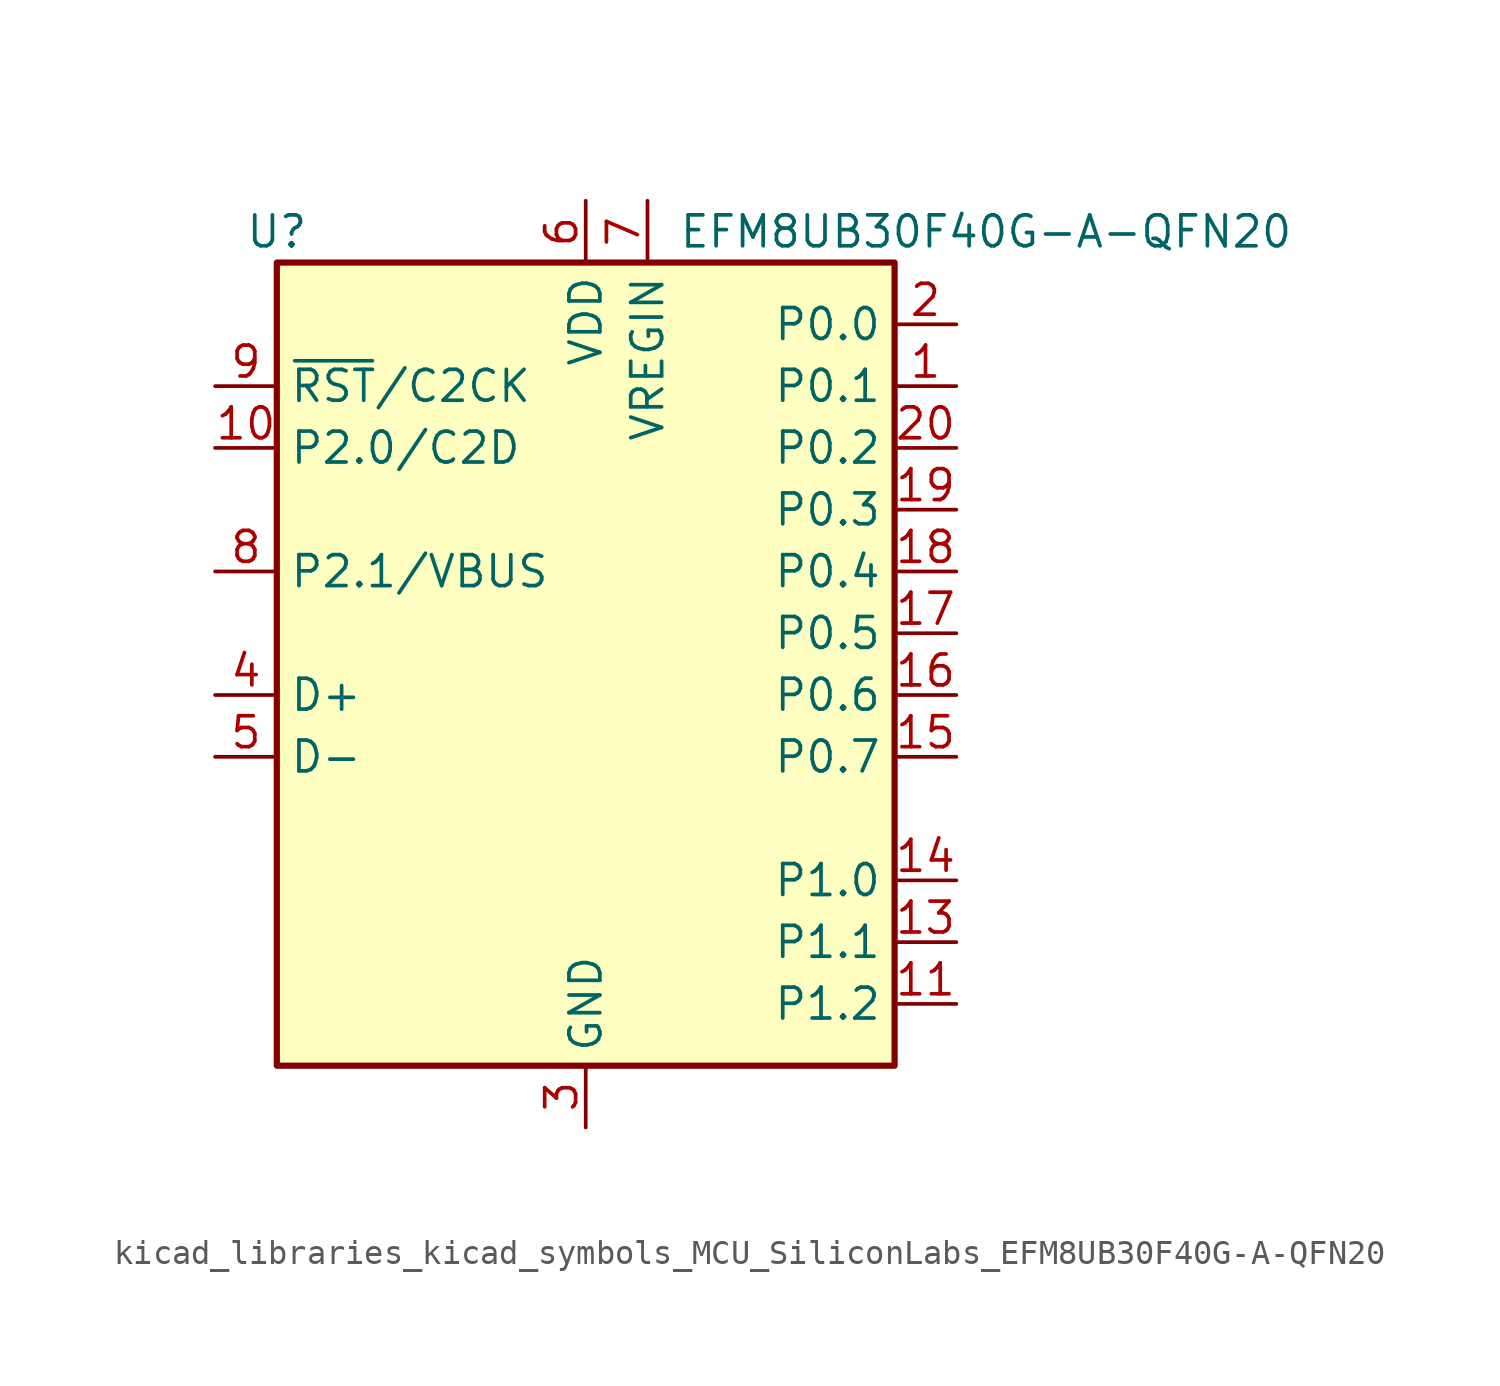
<source format=kicad_sym>
(kicad_symbol_lib
  (version 20220914)
  (generator kicad_symbol_editor)
  (symbol "kicad_libraries_kicad_symbols_MCU_SiliconLabs_EFM8UB30F40G-A-QFN20"
    (property "Reference" "U"
      (at -12.7 19.05 0)
      (effects (font (size 1.27 1.27))))
    (property "Value" "EFM8UB30F40G-A-QFN20"
      (at 3.81 19.05 0)
      (effects (font (size 1.27 1.27)) (justify left)))
    (symbol "kicad_libraries_kicad_symbols_MCU_SiliconLabs_EFM8UB30F40G-A-QFN20_0_1"
      (rectangle (start -12.7 17.78) (end 12.7 -15.24) (stroke (width 0.254) (type default)) (fill (type background))))
    (symbol "kicad_libraries_kicad_symbols_MCU_SiliconLabs_EFM8UB30F40G-A-QFN20_1_1"
      (pin bidirectional line (at 15.24 12.7 180) (length 2.54) (name "P0.1" (effects (font (size 1.27 1.27)))) (number "1" (effects (font (size 1.27 1.27)))))
      (pin bidirectional line (at -15.24 10.16 0) (length 2.54) (name "P2.0/C2D" (effects (font (size 1.27 1.27)))) (number "10" (effects (font (size 1.27 1.27)))))
      (pin bidirectional line (at 15.24 -12.7 180) (length 2.54) (name "P1.2" (effects (font (size 1.27 1.27)))) (number "11" (effects (font (size 1.27 1.27)))))
      (pin passive line (at 0 -17.78 90) (length 2.54) hide (name "GND" (effects (font (size 1.27 1.27)))) (number "12" (effects (font (size 1.27 1.27)))))
      (pin bidirectional line (at 15.24 -10.16 180) (length 2.54) (name "P1.1" (effects (font (size 1.27 1.27)))) (number "13" (effects (font (size 1.27 1.27)))))
      (pin bidirectional line (at 15.24 -7.62 180) (length 2.54) (name "P1.0" (effects (font (size 1.27 1.27)))) (number "14" (effects (font (size 1.27 1.27)))))
      (pin bidirectional line (at 15.24 -2.54 180) (length 2.54) (name "P0.7" (effects (font (size 1.27 1.27)))) (number "15" (effects (font (size 1.27 1.27)))))
      (pin bidirectional line (at 15.24 0 180) (length 2.54) (name "P0.6" (effects (font (size 1.27 1.27)))) (number "16" (effects (font (size 1.27 1.27)))))
      (pin bidirectional line (at 15.24 2.54 180) (length 2.54) (name "P0.5" (effects (font (size 1.27 1.27)))) (number "17" (effects (font (size 1.27 1.27)))))
      (pin bidirectional line (at 15.24 5.08 180) (length 2.54) (name "P0.4" (effects (font (size 1.27 1.27)))) (number "18" (effects (font (size 1.27 1.27)))))
      (pin bidirectional line (at 15.24 7.62 180) (length 2.54) (name "P0.3" (effects (font (size 1.27 1.27)))) (number "19" (effects (font (size 1.27 1.27)))))
      (pin bidirectional line (at 15.24 15.24 180) (length 2.54) (name "P0.0" (effects (font (size 1.27 1.27)))) (number "2" (effects (font (size 1.27 1.27)))))
      (pin bidirectional line (at 15.24 10.16 180) (length 2.54) (name "P0.2" (effects (font (size 1.27 1.27)))) (number "20" (effects (font (size 1.27 1.27)))))
      (pin passive line (at 0 -17.78 90) (length 2.54) hide (name "GND" (effects (font (size 1.27 1.27)))) (number "21" (effects (font (size 1.27 1.27)))))
      (pin power_in line (at 0 -17.78 90) (length 2.54) (name "GND" (effects (font (size 1.27 1.27)))) (number "3" (effects (font (size 1.27 1.27)))))
      (pin bidirectional line (at -15.24 0 0) (length 2.54) (name "D+" (effects (font (size 1.27 1.27)))) (number "4" (effects (font (size 1.27 1.27)))))
      (pin bidirectional line (at -15.24 -2.54 0) (length 2.54) (name "D-" (effects (font (size 1.27 1.27)))) (number "5" (effects (font (size 1.27 1.27)))))
      (pin power_in line (at 0 20.32 270) (length 2.54) (name "VDD" (effects (font (size 1.27 1.27)))) (number "6" (effects (font (size 1.27 1.27)))))
      (pin power_in line (at 2.54 20.32 270) (length 2.54) (name "VREGIN" (effects (font (size 1.27 1.27)))) (number "7" (effects (font (size 1.27 1.27)))))
      (pin bidirectional line (at -15.24 5.08 0) (length 2.54) (name "P2.1/VBUS" (effects (font (size 1.27 1.27)))) (number "8" (effects (font (size 1.27 1.27)))))
      (pin bidirectional line (at -15.24 12.7 0) (length 2.54) (name "~{RST}/C2CK" (effects (font (size 1.27 1.27)))) (number "9" (effects (font (size 1.27 1.27))))))))
</source>
